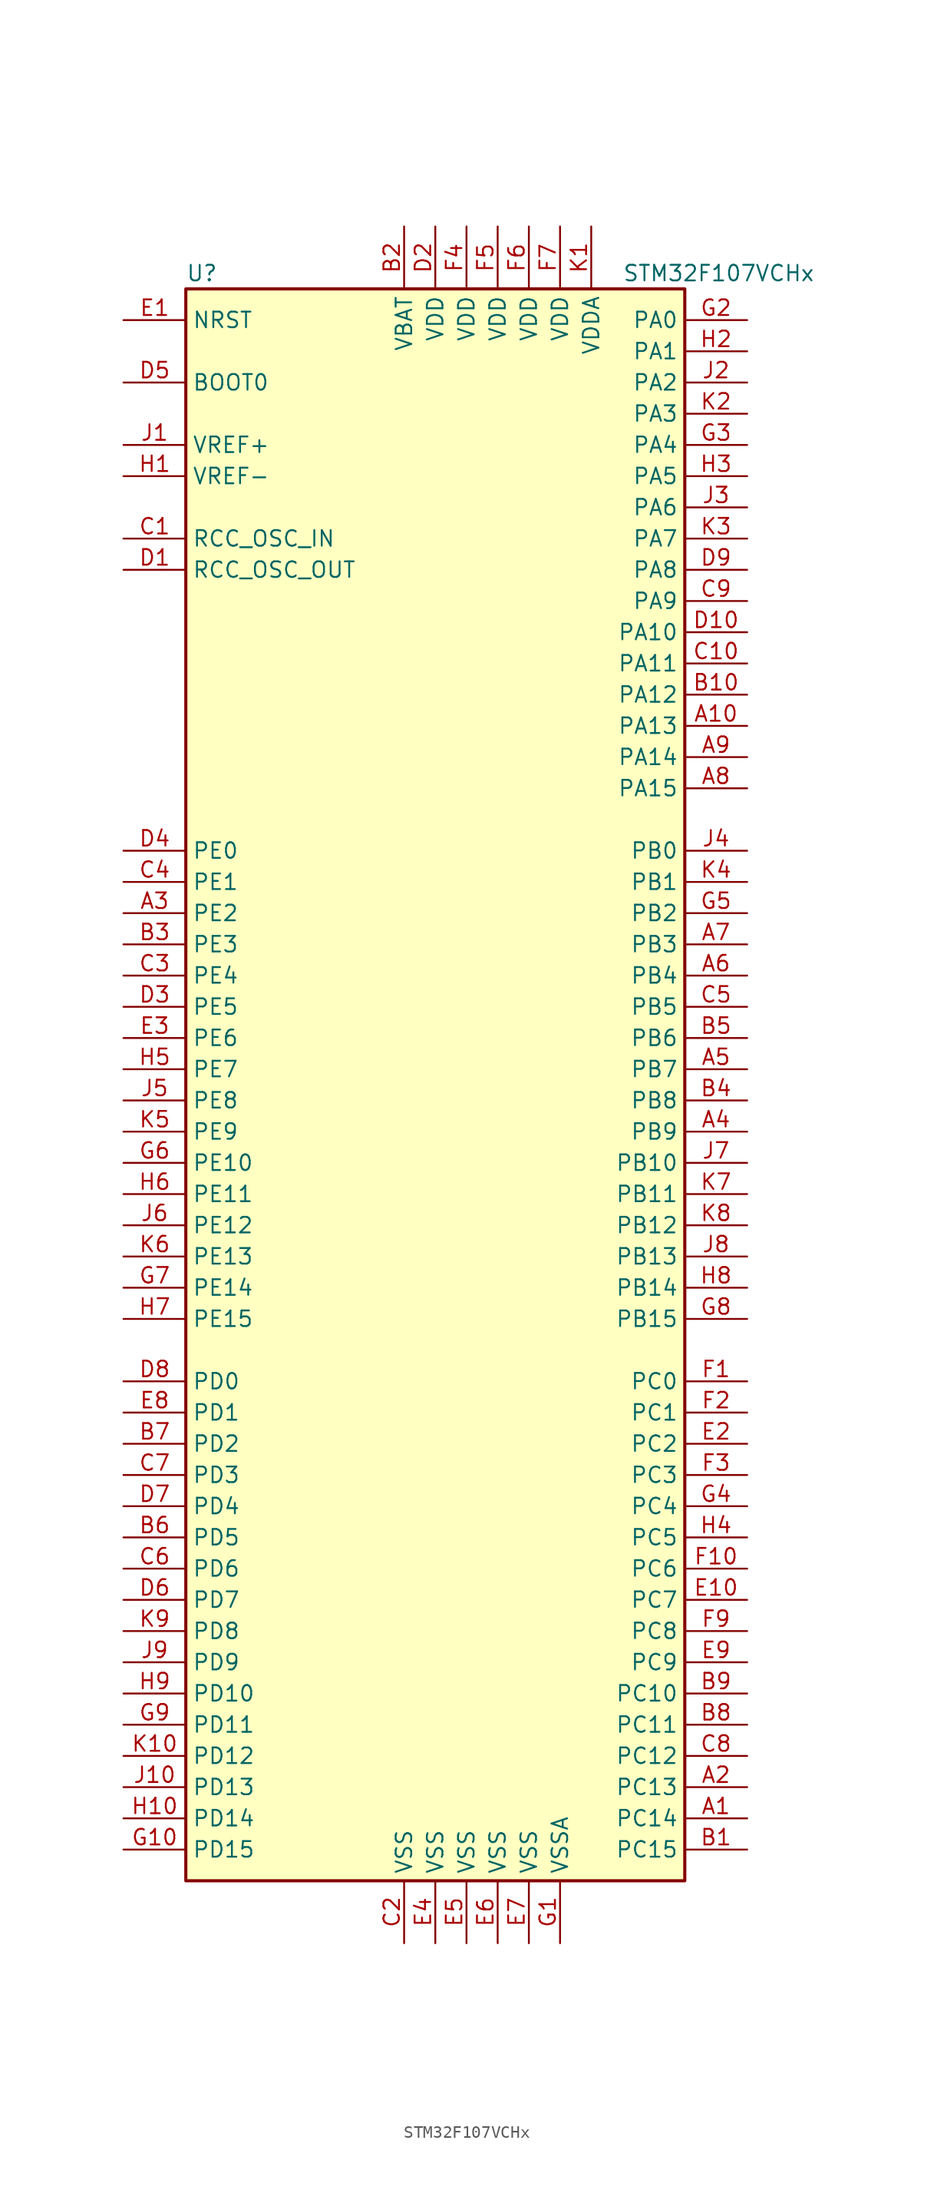
<source format=kicad_sym>
(kicad_symbol_lib
  (version 20201005)
  (generator kicad_symbol_editor)
  (symbol "STM32F107VCHx"
    (property "Reference" "U"
      (at -20.32 64.77 0)
      (effects (font (size 1.27 1.27)) (justify left)))
    (property "Value" "STM32F107VCHx"
      (at 15.24 64.77 0)
      (effects (font (size 1.27 1.27)) (justify left)))
    (symbol "STM32F107VCHx_0_1"
      (rectangle (start -20.32 -66.04) (end 20.32 63.5) (stroke (width 0.254)) (fill (type background))))
    (symbol "STM32F107VCHx_1_1"
      (pin input line (at -25.4 55.88 0) (length 5.08) (name "BOOT0" (effects (font (size 1.27 1.27)))) (number "D5" (effects (font (size 1.27 1.27)))))
      (pin no_connect line (at -20.32 -63.5 0) (length 5.08) hide (name "NC" (effects (font (size 1.27 1.27)))) (number "F8" (effects (font (size 1.27 1.27)))))
      (pin input line (at -25.4 60.96 0) (length 5.08) (name "NRST" (effects (font (size 1.27 1.27)))) (number "E1" (effects (font (size 1.27 1.27)))))
      (pin bidirectional line (at 25.4 60.96 180) (length 5.08) (name "PA0" (effects (font (size 1.27 1.27)))) (number "G2" (effects (font (size 1.27 1.27)))))
      (pin bidirectional line (at 25.4 58.42 180) (length 5.08) (name "PA1" (effects (font (size 1.27 1.27)))) (number "H2" (effects (font (size 1.27 1.27)))))
      (pin bidirectional line (at 25.4 35.56 180) (length 5.08) (name "PA10" (effects (font (size 1.27 1.27)))) (number "D10" (effects (font (size 1.27 1.27)))))
      (pin bidirectional line (at 25.4 33.02 180) (length 5.08) (name "PA11" (effects (font (size 1.27 1.27)))) (number "C10" (effects (font (size 1.27 1.27)))))
      (pin bidirectional line (at 25.4 30.48 180) (length 5.08) (name "PA12" (effects (font (size 1.27 1.27)))) (number "B10" (effects (font (size 1.27 1.27)))))
      (pin bidirectional line (at 25.4 27.94 180) (length 5.08) (name "PA13" (effects (font (size 1.27 1.27)))) (number "A10" (effects (font (size 1.27 1.27)))))
      (pin bidirectional line (at 25.4 25.4 180) (length 5.08) (name "PA14" (effects (font (size 1.27 1.27)))) (number "A9" (effects (font (size 1.27 1.27)))))
      (pin bidirectional line (at 25.4 22.86 180) (length 5.08) (name "PA15" (effects (font (size 1.27 1.27)))) (number "A8" (effects (font (size 1.27 1.27)))))
      (pin bidirectional line (at 25.4 55.88 180) (length 5.08) (name "PA2" (effects (font (size 1.27 1.27)))) (number "J2" (effects (font (size 1.27 1.27)))))
      (pin bidirectional line (at 25.4 53.34 180) (length 5.08) (name "PA3" (effects (font (size 1.27 1.27)))) (number "K2" (effects (font (size 1.27 1.27)))))
      (pin bidirectional line (at 25.4 50.8 180) (length 5.08) (name "PA4" (effects (font (size 1.27 1.27)))) (number "G3" (effects (font (size 1.27 1.27)))))
      (pin bidirectional line (at 25.4 48.26 180) (length 5.08) (name "PA5" (effects (font (size 1.27 1.27)))) (number "H3" (effects (font (size 1.27 1.27)))))
      (pin bidirectional line (at 25.4 45.72 180) (length 5.08) (name "PA6" (effects (font (size 1.27 1.27)))) (number "J3" (effects (font (size 1.27 1.27)))))
      (pin bidirectional line (at 25.4 43.18 180) (length 5.08) (name "PA7" (effects (font (size 1.27 1.27)))) (number "K3" (effects (font (size 1.27 1.27)))))
      (pin bidirectional line (at 25.4 40.64 180) (length 5.08) (name "PA8" (effects (font (size 1.27 1.27)))) (number "D9" (effects (font (size 1.27 1.27)))))
      (pin bidirectional line (at 25.4 38.1 180) (length 5.08) (name "PA9" (effects (font (size 1.27 1.27)))) (number "C9" (effects (font (size 1.27 1.27)))))
      (pin bidirectional line (at 25.4 17.78 180) (length 5.08) (name "PB0" (effects (font (size 1.27 1.27)))) (number "J4" (effects (font (size 1.27 1.27)))))
      (pin bidirectional line (at 25.4 15.24 180) (length 5.08) (name "PB1" (effects (font (size 1.27 1.27)))) (number "K4" (effects (font (size 1.27 1.27)))))
      (pin bidirectional line (at 25.4 -7.62 180) (length 5.08) (name "PB10" (effects (font (size 1.27 1.27)))) (number "J7" (effects (font (size 1.27 1.27)))))
      (pin bidirectional line (at 25.4 -10.16 180) (length 5.08) (name "PB11" (effects (font (size 1.27 1.27)))) (number "K7" (effects (font (size 1.27 1.27)))))
      (pin bidirectional line (at 25.4 -12.7 180) (length 5.08) (name "PB12" (effects (font (size 1.27 1.27)))) (number "K8" (effects (font (size 1.27 1.27)))))
      (pin bidirectional line (at 25.4 -15.24 180) (length 5.08) (name "PB13" (effects (font (size 1.27 1.27)))) (number "J8" (effects (font (size 1.27 1.27)))))
      (pin bidirectional line (at 25.4 -17.78 180) (length 5.08) (name "PB14" (effects (font (size 1.27 1.27)))) (number "H8" (effects (font (size 1.27 1.27)))))
      (pin bidirectional line (at 25.4 -20.32 180) (length 5.08) (name "PB15" (effects (font (size 1.27 1.27)))) (number "G8" (effects (font (size 1.27 1.27)))))
      (pin bidirectional line (at 25.4 12.7 180) (length 5.08) (name "PB2" (effects (font (size 1.27 1.27)))) (number "G5" (effects (font (size 1.27 1.27)))))
      (pin bidirectional line (at 25.4 10.16 180) (length 5.08) (name "PB3" (effects (font (size 1.27 1.27)))) (number "A7" (effects (font (size 1.27 1.27)))))
      (pin bidirectional line (at 25.4 7.62 180) (length 5.08) (name "PB4" (effects (font (size 1.27 1.27)))) (number "A6" (effects (font (size 1.27 1.27)))))
      (pin bidirectional line (at 25.4 5.08 180) (length 5.08) (name "PB5" (effects (font (size 1.27 1.27)))) (number "C5" (effects (font (size 1.27 1.27)))))
      (pin bidirectional line (at 25.4 2.54 180) (length 5.08) (name "PB6" (effects (font (size 1.27 1.27)))) (number "B5" (effects (font (size 1.27 1.27)))))
      (pin bidirectional line (at 25.4 0 180) (length 5.08) (name "PB7" (effects (font (size 1.27 1.27)))) (number "A5" (effects (font (size 1.27 1.27)))))
      (pin bidirectional line (at 25.4 -2.54 180) (length 5.08) (name "PB8" (effects (font (size 1.27 1.27)))) (number "B4" (effects (font (size 1.27 1.27)))))
      (pin bidirectional line (at 25.4 -5.08 180) (length 5.08) (name "PB9" (effects (font (size 1.27 1.27)))) (number "A4" (effects (font (size 1.27 1.27)))))
      (pin bidirectional line (at 25.4 -25.4 180) (length 5.08) (name "PC0" (effects (font (size 1.27 1.27)))) (number "F1" (effects (font (size 1.27 1.27)))))
      (pin bidirectional line (at 25.4 -27.94 180) (length 5.08) (name "PC1" (effects (font (size 1.27 1.27)))) (number "F2" (effects (font (size 1.27 1.27)))))
      (pin bidirectional line (at 25.4 -50.8 180) (length 5.08) (name "PC10" (effects (font (size 1.27 1.27)))) (number "B9" (effects (font (size 1.27 1.27)))))
      (pin bidirectional line (at 25.4 -53.34 180) (length 5.08) (name "PC11" (effects (font (size 1.27 1.27)))) (number "B8" (effects (font (size 1.27 1.27)))))
      (pin bidirectional line (at 25.4 -55.88 180) (length 5.08) (name "PC12" (effects (font (size 1.27 1.27)))) (number "C8" (effects (font (size 1.27 1.27)))))
      (pin bidirectional line (at 25.4 -58.42 180) (length 5.08) (name "PC13" (effects (font (size 1.27 1.27)))) (number "A2" (effects (font (size 1.27 1.27)))))
      (pin bidirectional line (at 25.4 -60.96 180) (length 5.08) (name "PC14" (effects (font (size 1.27 1.27)))) (number "A1" (effects (font (size 1.27 1.27)))))
      (pin bidirectional line (at 25.4 -63.5 180) (length 5.08) (name "PC15" (effects (font (size 1.27 1.27)))) (number "B1" (effects (font (size 1.27 1.27)))))
      (pin bidirectional line (at 25.4 -30.48 180) (length 5.08) (name "PC2" (effects (font (size 1.27 1.27)))) (number "E2" (effects (font (size 1.27 1.27)))))
      (pin bidirectional line (at 25.4 -33.02 180) (length 5.08) (name "PC3" (effects (font (size 1.27 1.27)))) (number "F3" (effects (font (size 1.27 1.27)))))
      (pin bidirectional line (at 25.4 -35.56 180) (length 5.08) (name "PC4" (effects (font (size 1.27 1.27)))) (number "G4" (effects (font (size 1.27 1.27)))))
      (pin bidirectional line (at 25.4 -38.1 180) (length 5.08) (name "PC5" (effects (font (size 1.27 1.27)))) (number "H4" (effects (font (size 1.27 1.27)))))
      (pin bidirectional line (at 25.4 -40.64 180) (length 5.08) (name "PC6" (effects (font (size 1.27 1.27)))) (number "F10" (effects (font (size 1.27 1.27)))))
      (pin bidirectional line (at 25.4 -43.18 180) (length 5.08) (name "PC7" (effects (font (size 1.27 1.27)))) (number "E10" (effects (font (size 1.27 1.27)))))
      (pin bidirectional line (at 25.4 -45.72 180) (length 5.08) (name "PC8" (effects (font (size 1.27 1.27)))) (number "F9" (effects (font (size 1.27 1.27)))))
      (pin bidirectional line (at 25.4 -48.26 180) (length 5.08) (name "PC9" (effects (font (size 1.27 1.27)))) (number "E9" (effects (font (size 1.27 1.27)))))
      (pin bidirectional line (at -25.4 -25.4 0) (length 5.08) (name "PD0" (effects (font (size 1.27 1.27)))) (number "D8" (effects (font (size 1.27 1.27)))))
      (pin bidirectional line (at -25.4 -27.94 0) (length 5.08) (name "PD1" (effects (font (size 1.27 1.27)))) (number "E8" (effects (font (size 1.27 1.27)))))
      (pin bidirectional line (at -25.4 -50.8 0) (length 5.08) (name "PD10" (effects (font (size 1.27 1.27)))) (number "H9" (effects (font (size 1.27 1.27)))))
      (pin bidirectional line (at -25.4 -53.34 0) (length 5.08) (name "PD11" (effects (font (size 1.27 1.27)))) (number "G9" (effects (font (size 1.27 1.27)))))
      (pin bidirectional line (at -25.4 -55.88 0) (length 5.08) (name "PD12" (effects (font (size 1.27 1.27)))) (number "K10" (effects (font (size 1.27 1.27)))))
      (pin bidirectional line (at -25.4 -58.42 0) (length 5.08) (name "PD13" (effects (font (size 1.27 1.27)))) (number "J10" (effects (font (size 1.27 1.27)))))
      (pin bidirectional line (at -25.4 -60.96 0) (length 5.08) (name "PD14" (effects (font (size 1.27 1.27)))) (number "H10" (effects (font (size 1.27 1.27)))))
      (pin bidirectional line (at -25.4 -63.5 0) (length 5.08) (name "PD15" (effects (font (size 1.27 1.27)))) (number "G10" (effects (font (size 1.27 1.27)))))
      (pin bidirectional line (at -25.4 -30.48 0) (length 5.08) (name "PD2" (effects (font (size 1.27 1.27)))) (number "B7" (effects (font (size 1.27 1.27)))))
      (pin bidirectional line (at -25.4 -33.02 0) (length 5.08) (name "PD3" (effects (font (size 1.27 1.27)))) (number "C7" (effects (font (size 1.27 1.27)))))
      (pin bidirectional line (at -25.4 -35.56 0) (length 5.08) (name "PD4" (effects (font (size 1.27 1.27)))) (number "D7" (effects (font (size 1.27 1.27)))))
      (pin bidirectional line (at -25.4 -38.1 0) (length 5.08) (name "PD5" (effects (font (size 1.27 1.27)))) (number "B6" (effects (font (size 1.27 1.27)))))
      (pin bidirectional line (at -25.4 -40.64 0) (length 5.08) (name "PD6" (effects (font (size 1.27 1.27)))) (number "C6" (effects (font (size 1.27 1.27)))))
      (pin bidirectional line (at -25.4 -43.18 0) (length 5.08) (name "PD7" (effects (font (size 1.27 1.27)))) (number "D6" (effects (font (size 1.27 1.27)))))
      (pin bidirectional line (at -25.4 -45.72 0) (length 5.08) (name "PD8" (effects (font (size 1.27 1.27)))) (number "K9" (effects (font (size 1.27 1.27)))))
      (pin bidirectional line (at -25.4 -48.26 0) (length 5.08) (name "PD9" (effects (font (size 1.27 1.27)))) (number "J9" (effects (font (size 1.27 1.27)))))
      (pin bidirectional line (at -25.4 17.78 0) (length 5.08) (name "PE0" (effects (font (size 1.27 1.27)))) (number "D4" (effects (font (size 1.27 1.27)))))
      (pin bidirectional line (at -25.4 15.24 0) (length 5.08) (name "PE1" (effects (font (size 1.27 1.27)))) (number "C4" (effects (font (size 1.27 1.27)))))
      (pin bidirectional line (at -25.4 -7.62 0) (length 5.08) (name "PE10" (effects (font (size 1.27 1.27)))) (number "G6" (effects (font (size 1.27 1.27)))))
      (pin bidirectional line (at -25.4 -10.16 0) (length 5.08) (name "PE11" (effects (font (size 1.27 1.27)))) (number "H6" (effects (font (size 1.27 1.27)))))
      (pin bidirectional line (at -25.4 -12.7 0) (length 5.08) (name "PE12" (effects (font (size 1.27 1.27)))) (number "J6" (effects (font (size 1.27 1.27)))))
      (pin bidirectional line (at -25.4 -15.24 0) (length 5.08) (name "PE13" (effects (font (size 1.27 1.27)))) (number "K6" (effects (font (size 1.27 1.27)))))
      (pin bidirectional line (at -25.4 -17.78 0) (length 5.08) (name "PE14" (effects (font (size 1.27 1.27)))) (number "G7" (effects (font (size 1.27 1.27)))))
      (pin bidirectional line (at -25.4 -20.32 0) (length 5.08) (name "PE15" (effects (font (size 1.27 1.27)))) (number "H7" (effects (font (size 1.27 1.27)))))
      (pin bidirectional line (at -25.4 12.7 0) (length 5.08) (name "PE2" (effects (font (size 1.27 1.27)))) (number "A3" (effects (font (size 1.27 1.27)))))
      (pin bidirectional line (at -25.4 10.16 0) (length 5.08) (name "PE3" (effects (font (size 1.27 1.27)))) (number "B3" (effects (font (size 1.27 1.27)))))
      (pin bidirectional line (at -25.4 7.62 0) (length 5.08) (name "PE4" (effects (font (size 1.27 1.27)))) (number "C3" (effects (font (size 1.27 1.27)))))
      (pin bidirectional line (at -25.4 5.08 0) (length 5.08) (name "PE5" (effects (font (size 1.27 1.27)))) (number "D3" (effects (font (size 1.27 1.27)))))
      (pin bidirectional line (at -25.4 2.54 0) (length 5.08) (name "PE6" (effects (font (size 1.27 1.27)))) (number "E3" (effects (font (size 1.27 1.27)))))
      (pin bidirectional line (at -25.4 0 0) (length 5.08) (name "PE7" (effects (font (size 1.27 1.27)))) (number "H5" (effects (font (size 1.27 1.27)))))
      (pin bidirectional line (at -25.4 -2.54 0) (length 5.08) (name "PE8" (effects (font (size 1.27 1.27)))) (number "J5" (effects (font (size 1.27 1.27)))))
      (pin bidirectional line (at -25.4 -5.08 0) (length 5.08) (name "PE9" (effects (font (size 1.27 1.27)))) (number "K5" (effects (font (size 1.27 1.27)))))
      (pin input line (at -25.4 43.18 0) (length 5.08) (name "RCC_OSC_IN" (effects (font (size 1.27 1.27)))) (number "C1" (effects (font (size 1.27 1.27)))))
      (pin input line (at -25.4 40.64 0) (length 5.08) (name "RCC_OSC_OUT" (effects (font (size 1.27 1.27)))) (number "D1" (effects (font (size 1.27 1.27)))))
      (pin power_in line (at -2.54 68.58 270) (length 5.08) (name "VBAT" (effects (font (size 1.27 1.27)))) (number "B2" (effects (font (size 1.27 1.27)))))
      (pin power_in line (at 0 68.58 270) (length 5.08) (name "VDD" (effects (font (size 1.27 1.27)))) (number "D2" (effects (font (size 1.27 1.27)))))
      (pin power_in line (at 2.54 68.58 270) (length 5.08) (name "VDD" (effects (font (size 1.27 1.27)))) (number "F4" (effects (font (size 1.27 1.27)))))
      (pin power_in line (at 5.08 68.58 270) (length 5.08) (name "VDD" (effects (font (size 1.27 1.27)))) (number "F5" (effects (font (size 1.27 1.27)))))
      (pin power_in line (at 7.62 68.58 270) (length 5.08) (name "VDD" (effects (font (size 1.27 1.27)))) (number "F6" (effects (font (size 1.27 1.27)))))
      (pin power_in line (at 10.16 68.58 270) (length 5.08) (name "VDD" (effects (font (size 1.27 1.27)))) (number "F7" (effects (font (size 1.27 1.27)))))
      (pin power_in line (at 12.7 68.58 270) (length 5.08) (name "VDDA" (effects (font (size 1.27 1.27)))) (number "K1" (effects (font (size 1.27 1.27)))))
      (pin power_in line (at -25.4 50.8 0) (length 5.08) (name "VREF+" (effects (font (size 1.27 1.27)))) (number "J1" (effects (font (size 1.27 1.27)))))
      (pin power_in line (at -25.4 48.26 0) (length 5.08) (name "VREF-" (effects (font (size 1.27 1.27)))) (number "H1" (effects (font (size 1.27 1.27)))))
      (pin power_in line (at -2.54 -71.12 90) (length 5.08) (name "VSS" (effects (font (size 1.27 1.27)))) (number "C2" (effects (font (size 1.27 1.27)))))
      (pin power_in line (at 0 -71.12 90) (length 5.08) (name "VSS" (effects (font (size 1.27 1.27)))) (number "E4" (effects (font (size 1.27 1.27)))))
      (pin power_in line (at 2.54 -71.12 90) (length 5.08) (name "VSS" (effects (font (size 1.27 1.27)))) (number "E5" (effects (font (size 1.27 1.27)))))
      (pin power_in line (at 5.08 -71.12 90) (length 5.08) (name "VSS" (effects (font (size 1.27 1.27)))) (number "E6" (effects (font (size 1.27 1.27)))))
      (pin power_in line (at 7.62 -71.12 90) (length 5.08) (name "VSS" (effects (font (size 1.27 1.27)))) (number "E7" (effects (font (size 1.27 1.27)))))
      (pin power_in line (at 10.16 -71.12 90) (length 5.08) (name "VSSA" (effects (font (size 1.27 1.27)))) (number "G1" (effects (font (size 1.27 1.27))))))))
</source>
